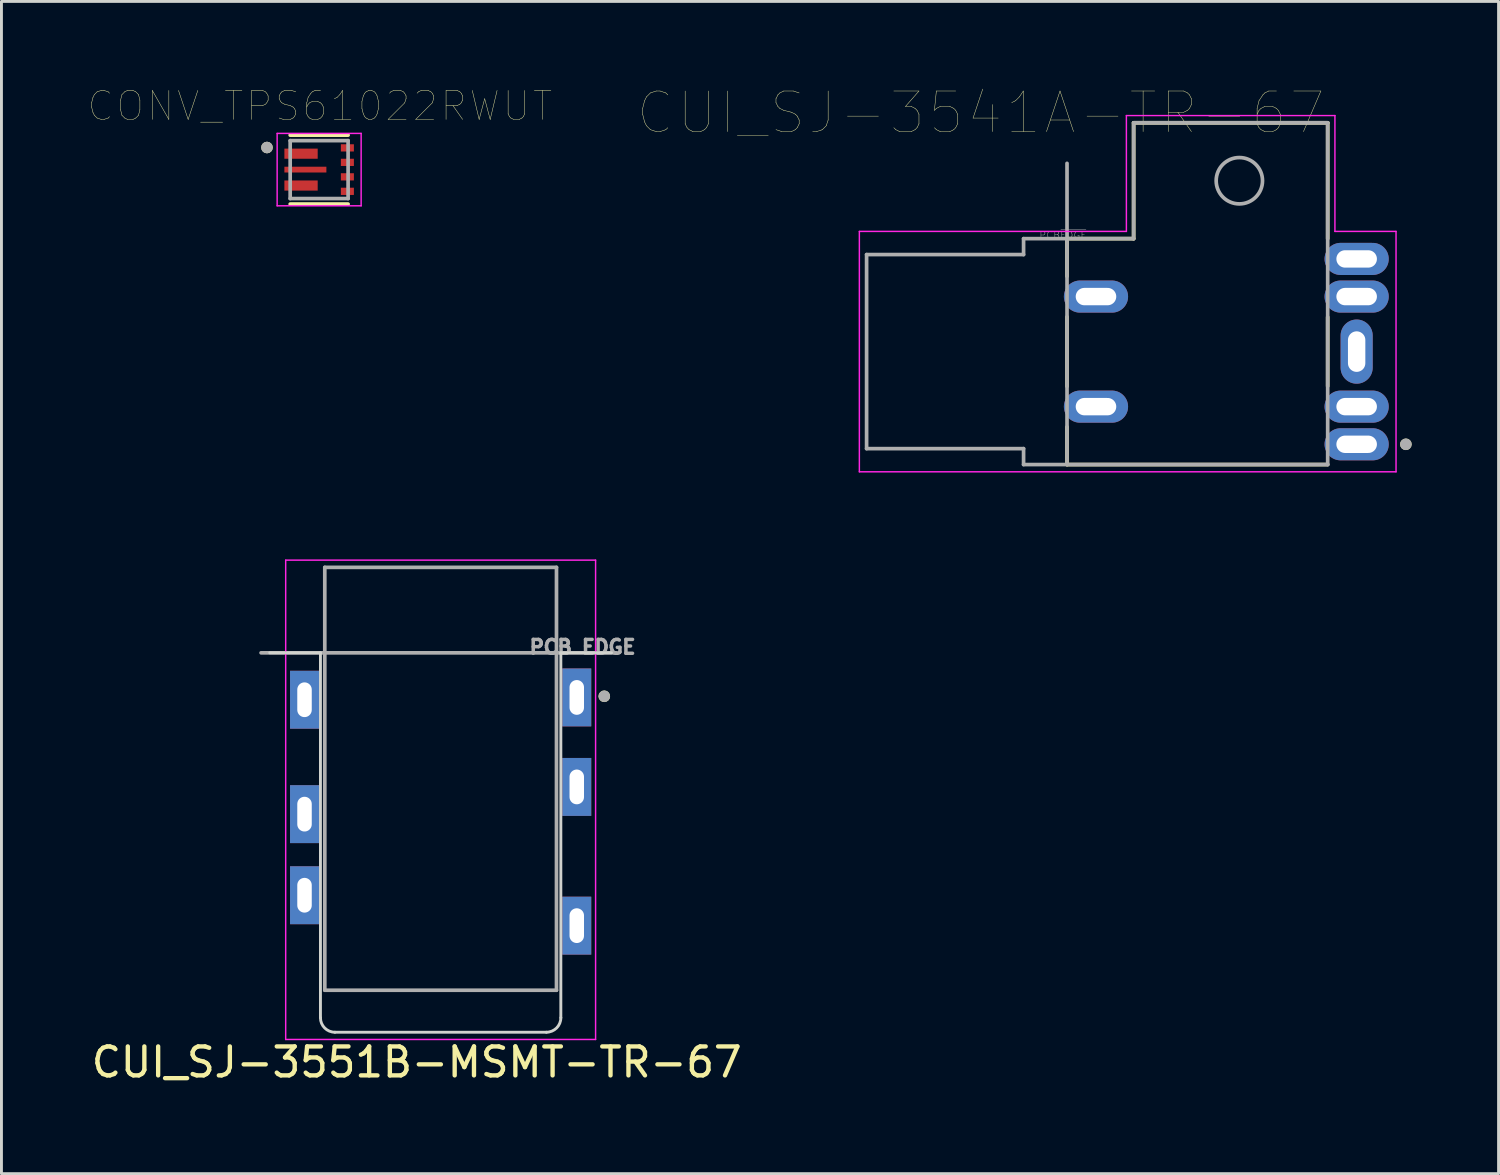
<source format=kicad_pcb>
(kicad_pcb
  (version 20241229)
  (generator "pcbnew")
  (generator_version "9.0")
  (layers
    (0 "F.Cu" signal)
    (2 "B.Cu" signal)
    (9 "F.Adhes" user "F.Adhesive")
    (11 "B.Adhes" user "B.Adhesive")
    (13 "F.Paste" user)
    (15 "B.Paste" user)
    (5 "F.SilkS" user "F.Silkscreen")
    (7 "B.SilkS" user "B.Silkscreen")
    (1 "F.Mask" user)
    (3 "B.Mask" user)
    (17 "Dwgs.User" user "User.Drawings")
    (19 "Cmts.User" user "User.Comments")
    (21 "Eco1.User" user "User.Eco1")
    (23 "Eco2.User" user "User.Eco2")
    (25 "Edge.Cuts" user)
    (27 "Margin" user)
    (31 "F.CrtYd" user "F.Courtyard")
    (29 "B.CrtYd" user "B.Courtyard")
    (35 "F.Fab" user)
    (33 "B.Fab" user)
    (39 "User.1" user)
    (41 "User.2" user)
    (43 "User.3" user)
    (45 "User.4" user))
  (footprint "CUI_SJ-3541A-TR-67"
    (layer "F.Cu")
    (at 33.791 9.09)
    (property "Reference" "CUI_SJ-3541A-TR-67" (at -2.977 -8.244 0) (layer "F.SilkS") (effects (font (size 1.401 1.401) (thickness 0.015))))
    (attr through_hole)
    (fp_line (start 0 -3.9) (end 0 -2.6) (stroke (width 0.127) (type solid)) (layer "F.SilkS"))
    (fp_line (start 0 -3.9) (end 2.3 -3.9) (stroke (width 0.127) (type solid)) (layer "F.SilkS"))
    (fp_line (start 0 -1.2) (end 0 1.2) (stroke (width 0.127) (type solid)) (layer "F.SilkS"))
    (fp_line (start 0 2.6) (end 0 3.9) (stroke (width 0.127) (type solid)) (layer "F.SilkS"))
    (fp_line (start 2.3 -7.9) (end 2.3 -3.9) (stroke (width 0.127) (type solid)) (layer "F.SilkS"))
    (fp_line (start 9 -7.9) (end 2.3 -7.9) (stroke (width 0.127) (type solid)) (layer "F.SilkS"))
    (fp_line (start 9 -3.9) (end 9 -7.9) (stroke (width 0.127) (type solid)) (layer "F.SilkS"))
    (fp_line (start 9 -1.193) (end 9 1.193) (stroke (width 0.127) (type solid)) (layer "F.SilkS"))
    (fp_line (start 9 3.9) (end 0 3.9) (stroke (width 0.127) (type solid)) (layer "F.SilkS"))
    (fp_circle (center 11.7 3.2) (end 11.8 3.2) (stroke (width 0.2) (type solid)) (fill no) (layer "F.SilkS"))
    (fp_line (start -7.17 -4.15) (end 2.05 -4.15) (stroke (width 0.05) (type solid)) (layer "F.CrtYd"))
    (fp_line (start -7.17 4.15) (end -7.17 -4.15) (stroke (width 0.05) (type solid)) (layer "F.CrtYd"))
    (fp_line (start 2.05 -8.15) (end 9.25 -8.15) (stroke (width 0.05) (type solid)) (layer "F.CrtYd"))
    (fp_line (start 2.05 -4.15) (end 2.05 -8.15) (stroke (width 0.05) (type solid)) (layer "F.CrtYd"))
    (fp_line (start 9.25 -8.15) (end 9.25 -4.15) (stroke (width 0.05) (type solid)) (layer "F.CrtYd"))
    (fp_line (start 9.25 -4.15) (end 11.36 -4.15) (stroke (width 0.05) (type solid)) (layer "F.CrtYd"))
    (fp_line (start 11.36 -4.15) (end 11.36 4.15) (stroke (width 0.05) (type solid)) (layer "F.CrtYd"))
    (fp_line (start 11.36 4.15) (end -7.17 4.15) (stroke (width 0.05) (type solid)) (layer "F.CrtYd"))
    (fp_line (start -6.92 -3.35) (end -1.5 -3.35) (stroke (width 0.127) (type solid)) (layer "F.Fab"))
    (fp_line (start -6.92 3.35) (end -6.92 -3.35) (stroke (width 0.127) (type solid)) (layer "F.Fab"))
    (fp_line (start -1.5 -3.9) (end 2.3 -3.9) (stroke (width 0.127) (type solid)) (layer "F.Fab"))
    (fp_line (start -1.5 -3.35) (end -1.5 -3.9) (stroke (width 0.127) (type solid)) (layer "F.Fab"))
    (fp_line (start -1.5 3.35) (end -6.92 3.35) (stroke (width 0.127) (type solid)) (layer "F.Fab"))
    (fp_line (start -1.5 3.9) (end -1.5 3.35) (stroke (width 0.127) (type solid)) (layer "F.Fab"))
    (fp_line (start 0 3.9) (end 0 -6.5) (stroke (width 0.127) (type solid)) (layer "F.Fab"))
    (fp_line (start 2.3 -7.9) (end 2.3 -3.9) (stroke (width 0.127) (type solid)) (layer "F.Fab"))
    (fp_line (start 9 -7.9) (end 2.3 -7.9) (stroke (width 0.127) (type solid)) (layer "F.Fab"))
    (fp_line (start 9 -7.9) (end 9 3.9) (stroke (width 0.127) (type solid)) (layer "F.Fab"))
    (fp_line (start 9 3.9) (end -1.5 3.9) (stroke (width 0.127) (type solid)) (layer "F.Fab"))
    (fp_circle (center 5.95 -5.9) (end 6.75 -5.9) (stroke (width 0.127) (type solid)) (fill no) (layer "F.Fab"))
    (fp_circle (center 11.7 3.2) (end 11.8 3.2) (stroke (width 0.2) (type solid)) (fill no) (layer "F.Fab"))
    (fp_text user "PCB~{EDGE}" (at -0.14 -4.022 0) (layer "F.Fab") (effects (font (size 0.24 0.24) (thickness 0.015))))
    (pad "1" thru_hole oval (at 10 3.2) (size 2.216 1.108) (drill oval 1.4 0.6) (layers "*.Cu" "*.Mask"))
    (pad "2" thru_hole oval (at 10 -1.9) (size 2.216 1.108) (drill oval 1.4 0.6) (layers "*.Cu" "*.Mask"))
    (pad "3" thru_hole oval (at 10 0) (size 1.108 2.216) (drill oval 0.6 1.4) (layers "*.Cu" "*.Mask"))
    (pad "4" thru_hole oval (at 10 -3.2) (size 2.216 1.108) (drill oval 1.4 0.6) (layers "*.Cu" "*.Mask"))
    (pad "5" thru_hole oval (at 10 1.9) (size 2.216 1.108) (drill oval 1.4 0.6) (layers "*.Cu" "*.Mask"))
    (pad "S1" thru_hole oval (at 1 -1.9) (size 2.216 1.108) (drill oval 1.4 0.6) (layers "*.Cu" "*.Mask"))
    (pad "S2" thru_hole oval (at 1 1.9) (size 2.216 1.108) (drill oval 1.4 0.6) (layers "*.Cu" "*.Mask")))
  (footprint "CUI_SJ-3551B-MSMT-TR-67"
    (layer "F.Cu")
    (at 12.164 19.49)
    (property "Reference" "CUI_SJ-3551B-MSMT-TR-67" (at -0.825 14.135 0) (layer "F.SilkS") (effects (font (size 1 1) (thickness 0.15))))
    (attr through_hole)
    (fp_circle (center 5.65 1.5) (end 5.75 1.5) (stroke (width 0.2) (type solid)) (fill no) (layer "F.SilkS"))
    (fp_line (start -5.9 0) (end -4.15 0) (stroke (width 0.1) (type solid)) (layer "Edge.Cuts"))
    (fp_line (start -4.15 0) (end -4.15 12.6) (stroke (width 0.1) (type solid)) (layer "Edge.Cuts"))
    (fp_line (start 3.65 13.1) (end -3.65 13.1) (stroke (width 0.1) (type solid)) (layer "Edge.Cuts"))
    (fp_line (start 4.15 0) (end 4.15 12.6) (stroke (width 0.1) (type solid)) (layer "Edge.Cuts"))
    (fp_line (start 5.9 0) (end 4.15 0) (stroke (width 0.1) (type solid)) (layer "Edge.Cuts"))
    (fp_arc (start -3.65 13.1) (mid -4.003553 12.953553) (end -4.15 12.6) (stroke (width 0.1) (type solid)) (layer "Edge.Cuts"))
    (fp_arc (start 4.15 12.6) (mid 4.003554 12.953554) (end 3.65 13.1) (stroke (width 0.1) (type solid)) (layer "Edge.Cuts"))
    (fp_line (start -5.35 -3.2) (end 5.35 -3.2) (stroke (width 0.05) (type solid)) (layer "F.CrtYd"))
    (fp_line (start -5.35 13.35) (end -5.35 -3.2) (stroke (width 0.05) (type solid)) (layer "F.CrtYd"))
    (fp_line (start 5.35 -3.2) (end 5.35 13.35) (stroke (width 0.05) (type solid)) (layer "F.CrtYd"))
    (fp_line (start 5.35 13.35) (end -5.35 13.35) (stroke (width 0.05) (type solid)) (layer "F.CrtYd"))
    (fp_line (start -6.2 0) (end 6.05 0) (stroke (width 0.127) (type solid)) (layer "F.Fab"))
    (fp_line (start -4 -2.95) (end 4 -2.95) (stroke (width 0.127) (type solid)) (layer "F.Fab"))
    (fp_line (start -4 11.65) (end -4 -2.95) (stroke (width 0.127) (type solid)) (layer "F.Fab"))
    (fp_line (start 4 -2.95) (end 4 11.65) (stroke (width 0.127) (type solid)) (layer "F.Fab"))
    (fp_line (start 4 11.65) (end -4 11.65) (stroke (width 0.127) (type solid)) (layer "F.Fab"))
    (fp_circle (center 5.65 1.5) (end 5.75 1.5) (stroke (width 0.2) (type solid)) (fill no) (layer "F.Fab"))
    (fp_text user "PCB EDGE" (at 4.9 -0.2 0) (layer "F.Fab") (effects (font (size 0.48 0.48) (thickness 0.15))))
    (pad "1" thru_hole rect (at 4.7 1.54) (size 1 2) (drill oval 0.5 1.2) (layers "*.Cu" "*.Mask"))
    (pad "2" thru_hole rect (at 4.7 9.42) (size 1 2) (drill oval 0.5 1.2) (layers "*.Cu" "*.Mask"))
    (pad "3" thru_hole rect (at 4.7 4.63) (size 1 2) (drill oval 0.5 1.2) (layers "*.Cu" "*.Mask"))
    (pad "4" thru_hole rect (at -4.7 1.62) (size 1 2) (drill oval 0.5 1.2) (layers "*.Cu" "*.Mask"))
    (pad "5" thru_hole rect (at -4.7 5.57) (size 1 2) (drill oval 0.5 1.2) (layers "*.Cu" "*.Mask"))
    (pad "6" thru_hole rect (at -4.7 8.37) (size 1 2) (drill oval 0.5 1.2) (layers "*.Cu" "*.Mask")))
  (footprint "CONV_TPS61022RWUT"
    (layer "F.Cu")
    (at 7.969 2.806)
    (property "Reference" "CONV_TPS61022RWUT" (at 0.025 -2.195 0) (layer "F.SilkS") (effects (font (size 1 1) (thickness 0.015))))
    (attr through_hole)
    (fp_line (start -1 -1.19) (end 1 -1.19) (stroke (width 0.127) (type solid)) (layer "F.SilkS"))
    (fp_line (start -1 1.19) (end 1 1.19) (stroke (width 0.127) (type solid)) (layer "F.SilkS"))
    (fp_circle (center -1.8 -0.762) (end -1.7 -0.762) (stroke (width 0.2) (type solid)) (fill no) (layer "F.SilkS"))
    (fp_poly (pts (xy -1.2 -0.725) (xy -0.725 -0.725) (xy -0.725 -0.375) (xy -1.2 -0.375)) (stroke (width 0.01) (type solid)) (fill yes) (layer "F.Paste"))
    (fp_poly (pts (xy -1.2 -0.1) (xy -0.575 -0.1) (xy -0.575 0.1) (xy -1.2 0.1)) (stroke (width 0.01) (type solid)) (fill yes) (layer "F.Paste"))
    (fp_poly (pts (xy -1.2 0.375) (xy -0.725 0.375) (xy -0.725 0.725) (xy -1.2 0.725)) (stroke (width 0.01) (type solid)) (fill yes) (layer "F.Paste"))
    (fp_poly (pts (xy -0.525 -0.725) (xy -0.05 -0.725) (xy -0.05 -0.375) (xy -0.525 -0.375)) (stroke (width 0.01) (type solid)) (fill yes) (layer "F.Paste"))
    (fp_poly (pts (xy -0.525 0.375) (xy -0.05 0.375) (xy -0.05 0.725) (xy -0.525 0.725)) (stroke (width 0.01) (type solid)) (fill yes) (layer "F.Paste"))
    (fp_poly (pts (xy -0.375 -0.1) (xy 0.25 -0.1) (xy 0.25 0.1) (xy -0.375 0.1)) (stroke (width 0.01) (type solid)) (fill yes) (layer "F.Paste"))
    (fp_line (start -1.45 -1.25) (end -1.45 1.25) (stroke (width 0.05) (type solid)) (layer "F.CrtYd"))
    (fp_line (start -1.45 1.25) (end 1.45 1.25) (stroke (width 0.05) (type solid)) (layer "F.CrtYd"))
    (fp_line (start 1.45 -1.25) (end -1.45 -1.25) (stroke (width 0.05) (type solid)) (layer "F.CrtYd"))
    (fp_line (start 1.45 1.25) (end 1.45 -1.25) (stroke (width 0.05) (type solid)) (layer "F.CrtYd"))
    (fp_line (start -1 -1) (end -1 1) (stroke (width 0.127) (type solid)) (layer "F.Fab"))
    (fp_line (start -1 1) (end 1 1) (stroke (width 0.127) (type solid)) (layer "F.Fab"))
    (fp_line (start 1 -1) (end -1 -1) (stroke (width 0.127) (type solid)) (layer "F.Fab"))
    (fp_line (start 1 1) (end 1 -1) (stroke (width 0.127) (type solid)) (layer "F.Fab"))
    (fp_circle (center -1.803 -0.763) (end -1.703 -0.763) (stroke (width 0.2) (type solid)) (fill no) (layer "F.Fab"))
    (pad "1" smd rect (at -0.625 -0.55) (size 1.15 0.35) (layers "F.Cu" "F.Mask"))
    (pad "2" smd rect (at -0.475 0) (size 1.45 0.2) (layers "F.Cu" "F.Mask"))
    (pad "3" smd rect (at -0.625 0.55) (size 1.15 0.35) (layers "F.Cu" "F.Mask"))
    (pad "4" smd rect (at 0.975 0.75) (size 0.45 0.25) (layers "F.Cu" "F.Mask" "F.Paste"))
    (pad "5" smd rect (at 0.975 0.25) (size 0.45 0.25) (layers "F.Cu" "F.Mask" "F.Paste"))
    (pad "6" smd rect (at 0.975 -0.25) (size 0.45 0.25) (layers "F.Cu" "F.Mask" "F.Paste"))
    (pad "7" smd rect (at 0.975 -0.75) (size 0.45 0.25) (layers "F.Cu" "F.Mask" "F.Paste")))
  (gr_rect
    (start -3 -3)
    (end 48.691 37.473)
    (stroke (width 0.1) (type default))
    (fill no)
    (layer "Edge.Cuts")))
</source>
